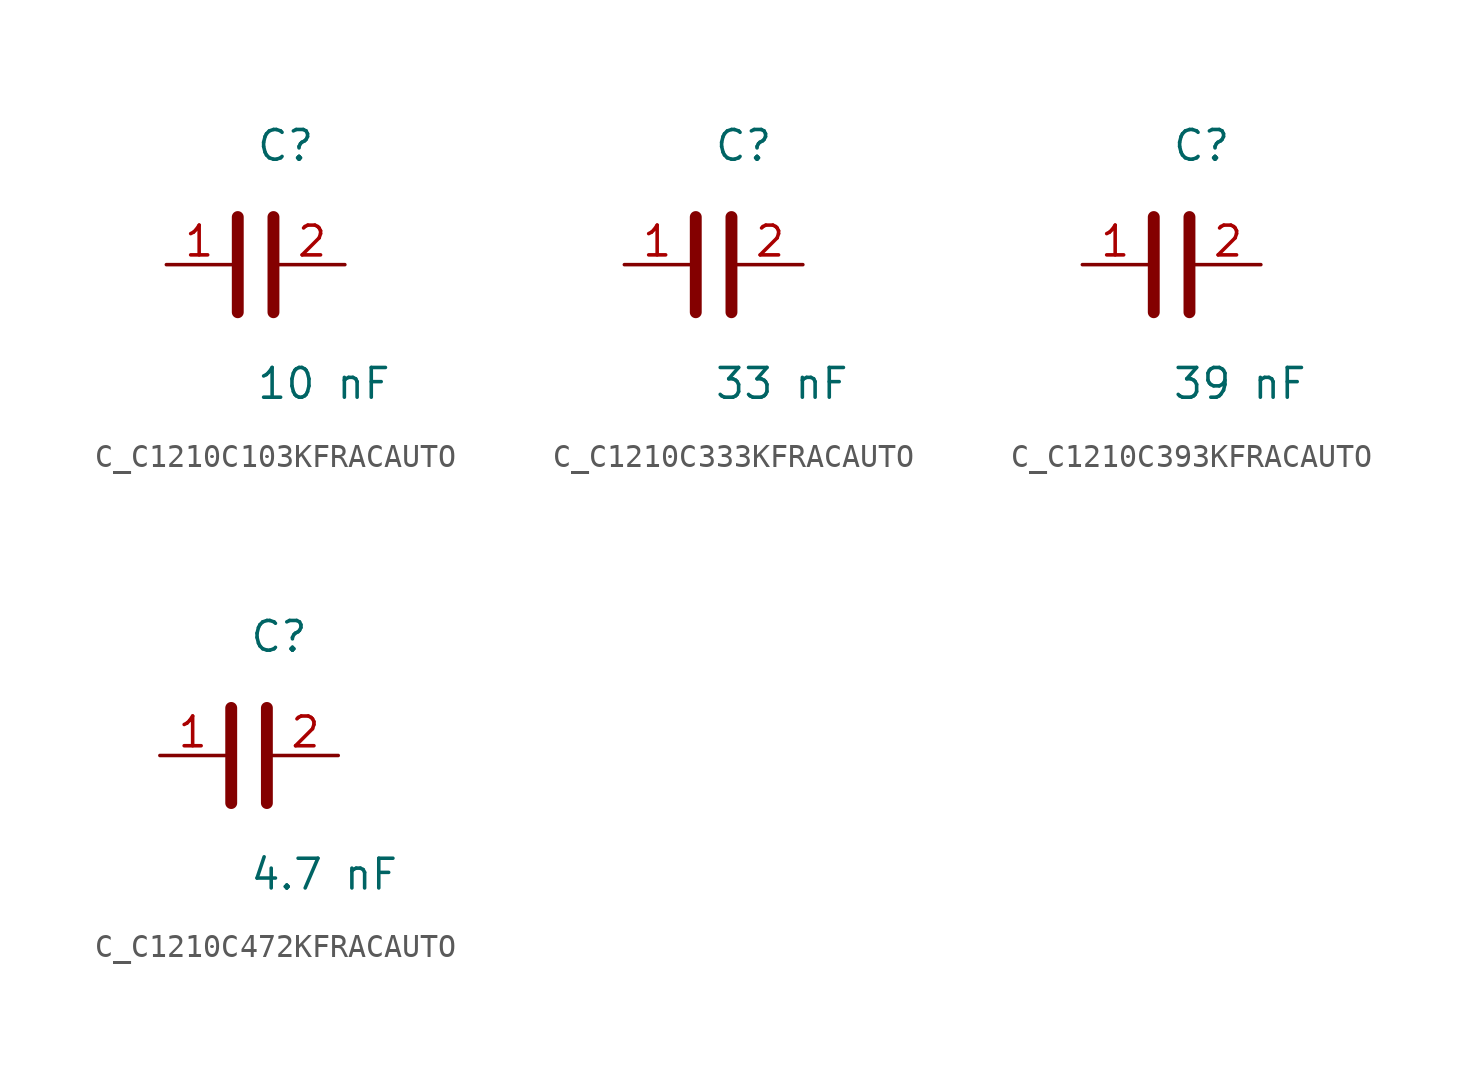
<source format=kicad_sym>
(kicad_symbol_lib
  (version 20231120)
  (generator kicad_symbol_editor)
  (generator_version 8.0)
  (symbol "C_C1210C103KFRACAUTO"
    (pin_names
      (offset 0.254))
    (property "Reference" "C"
      (at 0.0 5.08 0)
      (effects (font (size 1.27 1.27)) (justify left)))
    (property "Value" "10 nF"
      (at 0.0 -5.08 0)
      (effects (font (size 1.27 1.27)) (justify left)))
    (symbol "C_C1210C103KFRACAUTO_0_1"
      (polyline (pts (xy -0.762 -2.032) (xy -0.762 2.032)) (stroke (width 0.508) (type default)) (fill (type none)))
      (polyline (pts (xy 0.762 -2.032) (xy 0.762 2.032)) (stroke (width 0.508) (type default)) (fill (type none))))
    (pin unspecified line
      (at -3.81 0 0)
      (length 2.8)
      (name "" (effects (font (size 1.27 1.27))))
      (number "1" (effects (font (size 1.27 1.27)))))
    (pin unspecified line
      (at 3.81 0 180)
      (length 2.8)
      (name "" (effects (font (size 1.27 1.27))))
      (number "2" (effects (font (size 1.27 1.27))))))
  (symbol "C_C1210C333KFRACAUTO"
    (pin_names
      (offset 0.254))
    (property "Reference" "C"
      (at 0.0 5.08 0)
      (effects (font (size 1.27 1.27)) (justify left)))
    (property "Value" "33 nF"
      (at 0.0 -5.08 0)
      (effects (font (size 1.27 1.27)) (justify left)))
    (symbol "C_C1210C333KFRACAUTO_0_1"
      (polyline (pts (xy -0.762 -2.032) (xy -0.762 2.032)) (stroke (width 0.508) (type default)) (fill (type none)))
      (polyline (pts (xy 0.762 -2.032) (xy 0.762 2.032)) (stroke (width 0.508) (type default)) (fill (type none))))
    (pin unspecified line
      (at -3.81 0 0)
      (length 2.8)
      (name "" (effects (font (size 1.27 1.27))))
      (number "1" (effects (font (size 1.27 1.27)))))
    (pin unspecified line
      (at 3.81 0 180)
      (length 2.8)
      (name "" (effects (font (size 1.27 1.27))))
      (number "2" (effects (font (size 1.27 1.27))))))
  (symbol "C_C1210C393KFRACAUTO"
    (pin_names
      (offset 0.254))
    (property "Reference" "C"
      (at 0.0 5.08 0)
      (effects (font (size 1.27 1.27)) (justify left)))
    (property "Value" "39 nF"
      (at 0.0 -5.08 0)
      (effects (font (size 1.27 1.27)) (justify left)))
    (symbol "C_C1210C393KFRACAUTO_0_1"
      (polyline (pts (xy -0.762 -2.032) (xy -0.762 2.032)) (stroke (width 0.508) (type default)) (fill (type none)))
      (polyline (pts (xy 0.762 -2.032) (xy 0.762 2.032)) (stroke (width 0.508) (type default)) (fill (type none))))
    (pin unspecified line
      (at -3.81 0 0)
      (length 2.8)
      (name "" (effects (font (size 1.27 1.27))))
      (number "1" (effects (font (size 1.27 1.27)))))
    (pin unspecified line
      (at 3.81 0 180)
      (length 2.8)
      (name "" (effects (font (size 1.27 1.27))))
      (number "2" (effects (font (size 1.27 1.27))))))
  (symbol "C_C1210C472KFRACAUTO"
    (pin_names
      (offset 0.254))
    (property "Reference" "C"
      (at 0.0 5.08 0)
      (effects (font (size 1.27 1.27)) (justify left)))
    (property "Value" "4.7 nF"
      (at 0.0 -5.08 0)
      (effects (font (size 1.27 1.27)) (justify left)))
    (symbol "C_C1210C472KFRACAUTO_0_1"
      (polyline (pts (xy -0.762 -2.032) (xy -0.762 2.032)) (stroke (width 0.508) (type default)) (fill (type none)))
      (polyline (pts (xy 0.762 -2.032) (xy 0.762 2.032)) (stroke (width 0.508) (type default)) (fill (type none))))
    (pin unspecified line
      (at -3.81 0 0)
      (length 2.8)
      (name "" (effects (font (size 1.27 1.27))))
      (number "1" (effects (font (size 1.27 1.27)))))
    (pin unspecified line
      (at 3.81 0 180)
      (length 2.8)
      (name "" (effects (font (size 1.27 1.27))))
      (number "2" (effects (font (size 1.27 1.27)))))))
</source>
